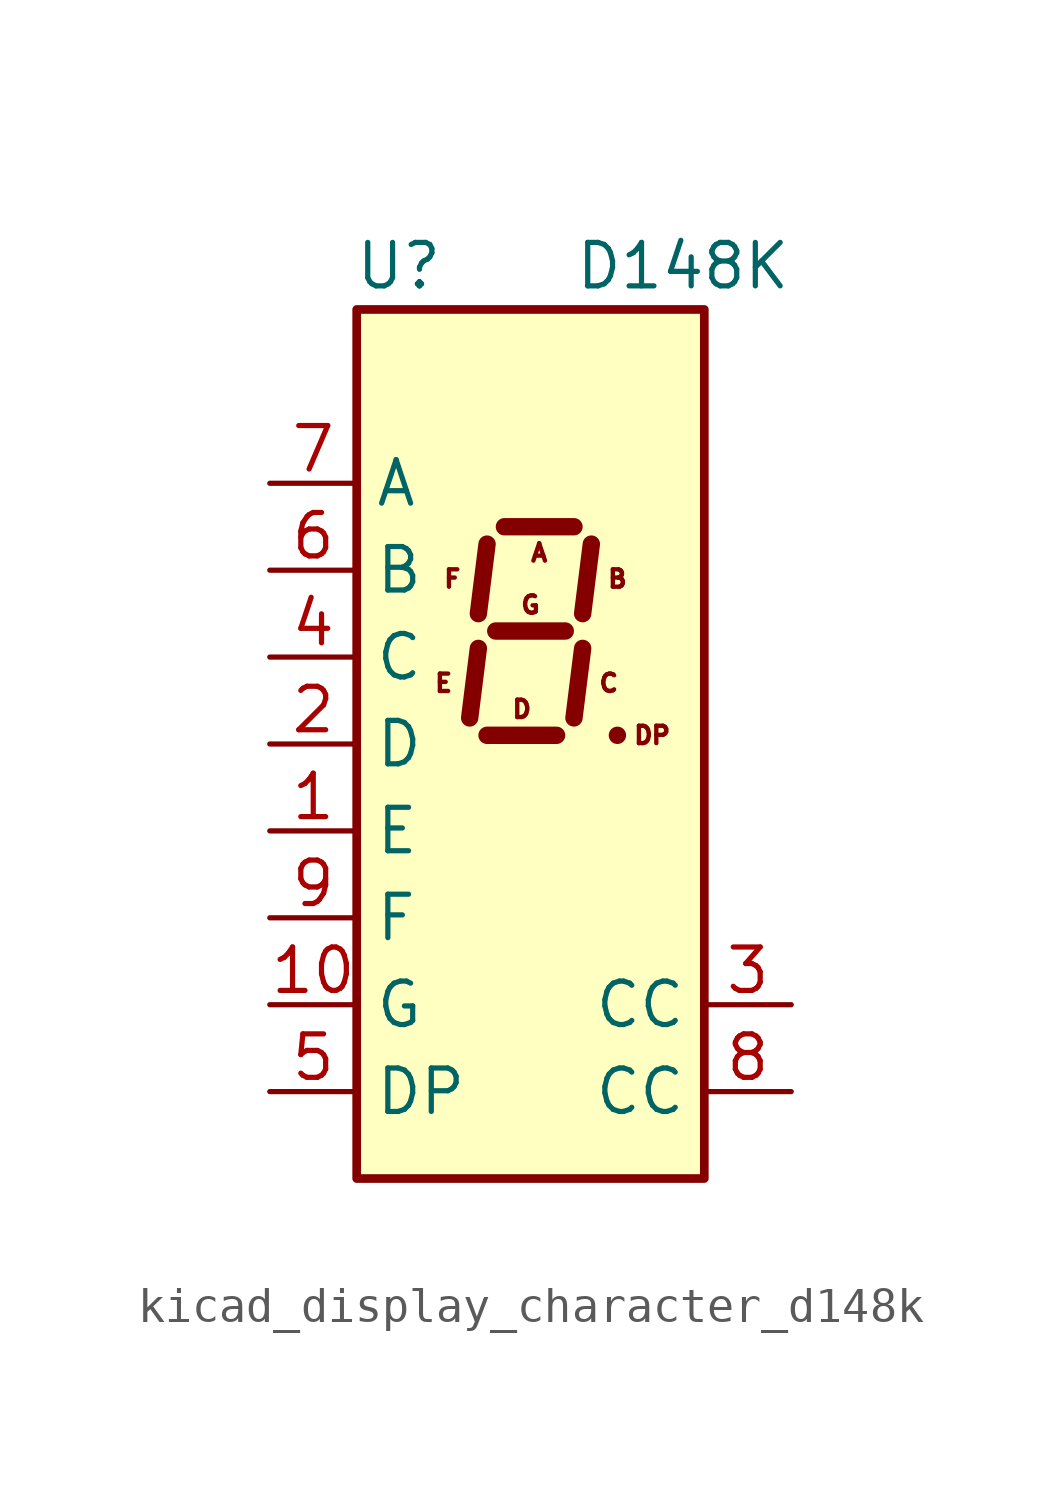
<source format=kicad_sym>
(kicad_symbol_lib
  (version 20220914)
  (generator kicad_symbol_editor)
  (symbol "kicad_display_character_d148k"
    (property "Reference" "U"
      (at -2.54 13.97 0)
      (effects (font (size 1.27 1.27)) (justify right)))
    (property "Value" "D148K"
      (at 1.27 13.97 0)
      (effects (font (size 1.27 1.27)) (justify left)))
    (symbol "kicad_display_character_d148k_0_0"
      (text "A" (at 0.254 5.588 0) (effects (font (size 0.508 0.508))))
      (text "B" (at 2.54 4.826 0) (effects (font (size 0.508 0.508))))
      (text "C" (at 2.286 1.778 0) (effects (font (size 0.508 0.508))))
      (text "D" (at -0.254 1.016 0) (effects (font (size 0.508 0.508))))
      (text "DP" (at 3.556 0.254 0) (effects (font (size 0.508 0.508))))
      (text "E" (at -2.54 1.778 0) (effects (font (size 0.508 0.508))))
      (text "F" (at -2.286 4.826 0) (effects (font (size 0.508 0.508))))
      (text "G" (at 0 4.064 0) (effects (font (size 0.508 0.508)))))
    (symbol "kicad_display_character_d148k_0_1"
      (rectangle (start -5.08 12.7) (end 5.08 -12.7) (stroke (width 0.254) (type default)) (fill (type background)))
      (polyline (pts (xy -1.524 2.794) (xy -1.778 0.762)) (stroke (width 0.508) (type default)) (fill (type none)))
      (polyline (pts (xy -1.27 0.254) (xy 0.762 0.254)) (stroke (width 0.508) (type default)) (fill (type none)))
      (polyline (pts (xy -1.27 5.842) (xy -1.524 3.81)) (stroke (width 0.508) (type default)) (fill (type none)))
      (polyline (pts (xy -1.016 3.302) (xy 1.016 3.302)) (stroke (width 0.508) (type default)) (fill (type none)))
      (polyline (pts (xy -0.762 6.35) (xy 1.27 6.35)) (stroke (width 0.508) (type default)) (fill (type none)))
      (polyline (pts (xy 1.524 2.794) (xy 1.27 0.762)) (stroke (width 0.508) (type default)) (fill (type none)))
      (polyline (pts (xy 1.778 5.842) (xy 1.524 3.81)) (stroke (width 0.508) (type default)) (fill (type none)))
      (polyline (pts (xy 2.54 0.254) (xy 2.54 0.254)) (stroke (width 0.508) (type default)) (fill (type none))))
    (symbol "kicad_display_character_d148k_1_1"
      (pin input line (at -7.62 -2.54 0) (length 2.54) (name "E" (effects (font (size 1.27 1.27)))) (number "1" (effects (font (size 1.27 1.27)))))
      (pin input line (at -7.62 -7.62 0) (length 2.54) (name "G" (effects (font (size 1.27 1.27)))) (number "10" (effects (font (size 1.27 1.27)))))
      (pin input line (at -7.62 0 0) (length 2.54) (name "D" (effects (font (size 1.27 1.27)))) (number "2" (effects (font (size 1.27 1.27)))))
      (pin input line (at 7.62 -7.62 180) (length 2.54) (name "CC" (effects (font (size 1.27 1.27)))) (number "3" (effects (font (size 1.27 1.27)))))
      (pin input line (at -7.62 2.54 0) (length 2.54) (name "C" (effects (font (size 1.27 1.27)))) (number "4" (effects (font (size 1.27 1.27)))))
      (pin input line (at -7.62 -10.16 0) (length 2.54) (name "DP" (effects (font (size 1.27 1.27)))) (number "5" (effects (font (size 1.27 1.27)))))
      (pin input line (at -7.62 5.08 0) (length 2.54) (name "B" (effects (font (size 1.27 1.27)))) (number "6" (effects (font (size 1.27 1.27)))))
      (pin input line (at -7.62 7.62 0) (length 2.54) (name "A" (effects (font (size 1.27 1.27)))) (number "7" (effects (font (size 1.27 1.27)))))
      (pin input line (at 7.62 -10.16 180) (length 2.54) (name "CC" (effects (font (size 1.27 1.27)))) (number "8" (effects (font (size 1.27 1.27)))))
      (pin input line (at -7.62 -5.08 0) (length 2.54) (name "F" (effects (font (size 1.27 1.27)))) (number "9" (effects (font (size 1.27 1.27))))))))
</source>
